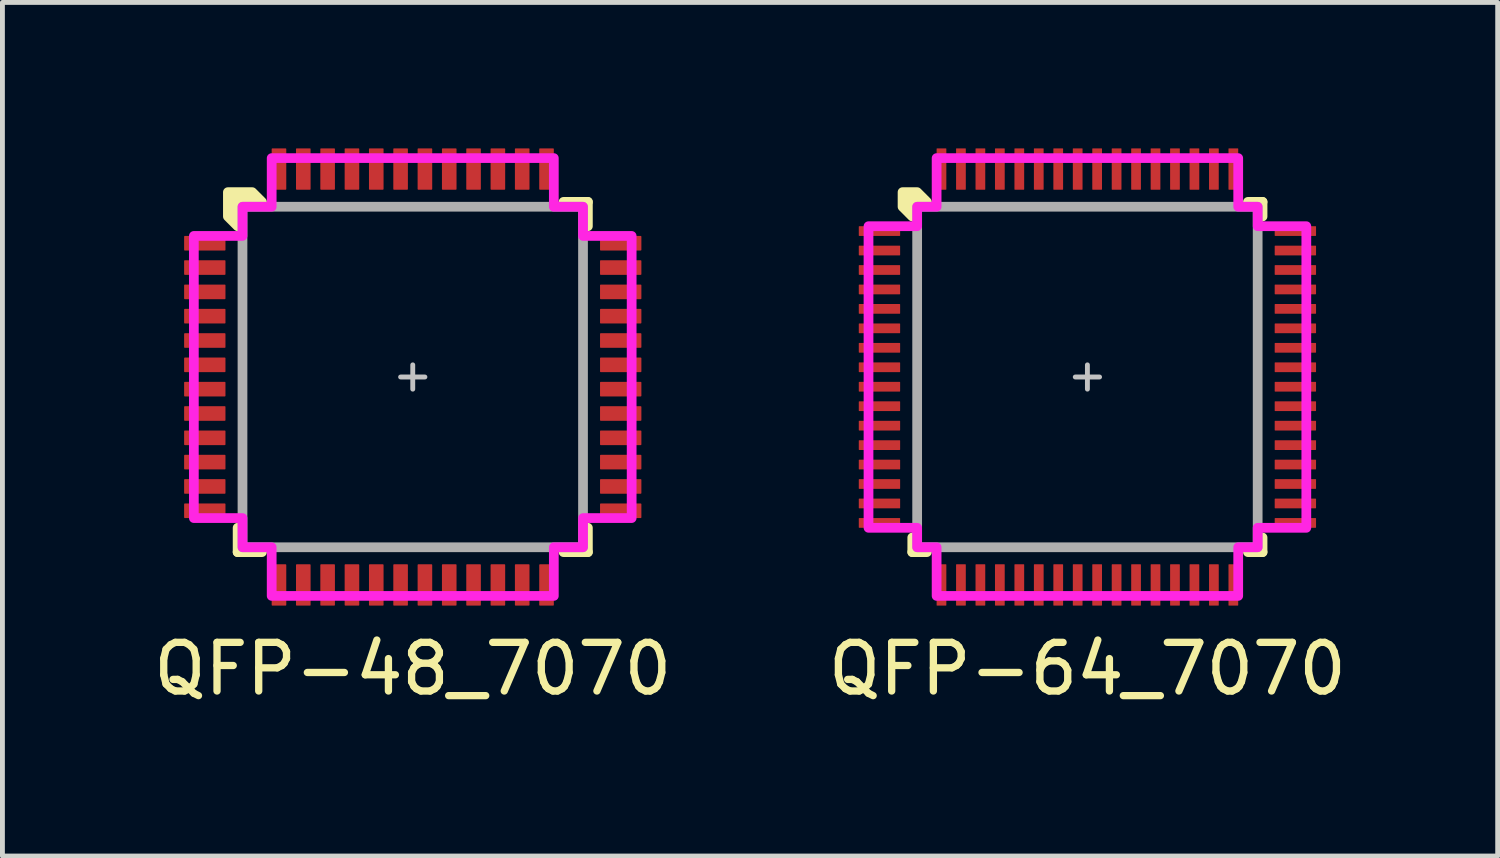
<source format=kicad_pcb>
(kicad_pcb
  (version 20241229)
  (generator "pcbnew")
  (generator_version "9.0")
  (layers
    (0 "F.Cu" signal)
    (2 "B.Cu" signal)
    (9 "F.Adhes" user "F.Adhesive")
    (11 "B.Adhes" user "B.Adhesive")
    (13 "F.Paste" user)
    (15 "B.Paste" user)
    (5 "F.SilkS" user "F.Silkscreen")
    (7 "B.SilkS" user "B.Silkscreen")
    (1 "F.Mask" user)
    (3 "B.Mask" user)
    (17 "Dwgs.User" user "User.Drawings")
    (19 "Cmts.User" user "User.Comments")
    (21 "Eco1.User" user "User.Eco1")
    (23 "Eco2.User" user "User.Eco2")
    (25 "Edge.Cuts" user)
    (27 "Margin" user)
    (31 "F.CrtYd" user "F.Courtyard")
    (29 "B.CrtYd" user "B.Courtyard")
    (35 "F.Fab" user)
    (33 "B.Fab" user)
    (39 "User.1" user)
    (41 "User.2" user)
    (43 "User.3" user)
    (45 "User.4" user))
  (footprint "QFP-64_7070"
    (layer "F.Cu")
    (at 19.304 4.7)
    (property "Reference" "QFP-64_7070" (at 0 6 0) (unlocked yes) (layer "F.SilkS") (effects (font (size 1 1) (thickness 0.15))))
    (attr smd)
    (fp_line (start -3.6 3.3) (end -3.6 3.6) (stroke (width 0.2) (type solid)) (layer "F.SilkS"))
    (fp_line (start -3.6 3.6) (end -3.3 3.6) (stroke (width 0.2) (type solid)) (layer "F.SilkS"))
    (fp_line (start 3.3 3.6) (end 3.6 3.6) (stroke (width 0.2) (type solid)) (layer "F.SilkS"))
    (fp_line (start 3.6 -3.6) (end 3.3 -3.6) (stroke (width 0.2) (type solid)) (layer "F.SilkS"))
    (fp_line (start 3.6 -3.3) (end 3.6 -3.6) (stroke (width 0.2) (type solid)) (layer "F.SilkS"))
    (fp_line (start 3.6 3.6) (end 3.6 3.3) (stroke (width 0.2) (type solid)) (layer "F.SilkS"))
    (fp_poly (pts (xy -3.3 -3.6) (xy -3.6 -3.6) (xy -3.6 -3.3) (xy -3.8 -3.5) (xy -3.8 -3.8) (xy -3.5 -3.8)) (stroke (width 0.2) (type solid)) (fill yes) (layer "F.SilkS"))
    (fp_line (start -0.25 0) (end 0.25 0) (stroke (width 0.1) (type solid)) (layer "Dwgs.User"))
    (fp_line (start 0 -0.25) (end 0 0.25) (stroke (width 0.1) (type solid)) (layer "Dwgs.User"))
    (fp_poly (pts (xy 3.1 -3.5) (xy 3.5 -3.5) (xy 3.5 -3.1) (xy 4.5 -3.1) (xy 4.5 3.1) (xy 3.5 3.1) (xy 3.5 3.5) (xy 3.1 3.5) (xy 3.1 4.5) (xy -3.1 4.5) (xy -3.1 3.5) (xy -3.5 3.5) (xy -3.5 3.1) (xy -4.5 3.1) (xy -4.5 -3.1) (xy -3.5 -3.1) (xy -3.5 -3.5) (xy -3.1 -3.5) (xy -3.1 -4.5) (xy 3.1 -4.5)) (stroke (width 0.2) (type solid)) (fill no) (layer "F.CrtYd"))
    (fp_rect (start -3.5 -3.5) (end 3.5 3.5) (stroke (width 0.2) (type solid)) (fill no) (layer "F.Fab"))
    (pad "1" smd roundrect (at -4.275 -3) (size 0.85 0.2) (layers "F.Cu" "F.Mask" "F.Paste") (roundrect_rratio 0.05))
    (pad "2" smd roundrect (at -4.275 -2.6) (size 0.85 0.2) (layers "F.Cu" "F.Mask" "F.Paste") (roundrect_rratio 0.05))
    (pad "3" smd roundrect (at -4.275 -2.2) (size 0.85 0.2) (layers "F.Cu" "F.Mask" "F.Paste") (roundrect_rratio 0.05))
    (pad "4" smd roundrect (at -4.275 -1.8) (size 0.85 0.2) (layers "F.Cu" "F.Mask" "F.Paste") (roundrect_rratio 0.05))
    (pad "5" smd roundrect (at -4.275 -1.4) (size 0.85 0.2) (layers "F.Cu" "F.Mask" "F.Paste") (roundrect_rratio 0.05))
    (pad "6" smd roundrect (at -4.275 -1) (size 0.85 0.2) (layers "F.Cu" "F.Mask" "F.Paste") (roundrect_rratio 0.05))
    (pad "7" smd roundrect (at -4.275 -0.6) (size 0.85 0.2) (layers "F.Cu" "F.Mask" "F.Paste") (roundrect_rratio 0.05))
    (pad "8" smd roundrect (at -4.275 -0.2) (size 0.85 0.2) (layers "F.Cu" "F.Mask" "F.Paste") (roundrect_rratio 0.05))
    (pad "9" smd roundrect (at -4.275 0.2) (size 0.85 0.2) (layers "F.Cu" "F.Mask" "F.Paste") (roundrect_rratio 0.05))
    (pad "10" smd roundrect (at -4.275 0.6) (size 0.85 0.2) (layers "F.Cu" "F.Mask" "F.Paste") (roundrect_rratio 0.05))
    (pad "11" smd roundrect (at -4.275 1) (size 0.85 0.2) (layers "F.Cu" "F.Mask" "F.Paste") (roundrect_rratio 0.05))
    (pad "12" smd roundrect (at -4.275 1.4) (size 0.85 0.2) (layers "F.Cu" "F.Mask" "F.Paste") (roundrect_rratio 0.05))
    (pad "13" smd roundrect (at -4.275 1.8) (size 0.85 0.2) (layers "F.Cu" "F.Mask" "F.Paste") (roundrect_rratio 0.05))
    (pad "14" smd roundrect (at -4.275 2.2) (size 0.85 0.2) (layers "F.Cu" "F.Mask" "F.Paste") (roundrect_rratio 0.05))
    (pad "15" smd roundrect (at -4.275 2.6) (size 0.85 0.2) (layers "F.Cu" "F.Mask" "F.Paste") (roundrect_rratio 0.05))
    (pad "16" smd roundrect (at -4.275 3) (size 0.85 0.2) (layers "F.Cu" "F.Mask" "F.Paste") (roundrect_rratio 0.05))
    (pad "17" smd roundrect (at -3 4.275 90) (size 0.85 0.2) (layers "F.Cu" "F.Mask" "F.Paste") (roundrect_rratio 0.05))
    (pad "18" smd roundrect (at -2.6 4.275 90) (size 0.85 0.2) (layers "F.Cu" "F.Mask" "F.Paste") (roundrect_rratio 0.05))
    (pad "19" smd roundrect (at -2.2 4.275 90) (size 0.85 0.2) (layers "F.Cu" "F.Mask" "F.Paste") (roundrect_rratio 0.05))
    (pad "20" smd roundrect (at -1.8 4.275 90) (size 0.85 0.2) (layers "F.Cu" "F.Mask" "F.Paste") (roundrect_rratio 0.05))
    (pad "21" smd roundrect (at -1.4 4.275 90) (size 0.85 0.2) (layers "F.Cu" "F.Mask" "F.Paste") (roundrect_rratio 0.05))
    (pad "22" smd roundrect (at -1 4.275 90) (size 0.85 0.2) (layers "F.Cu" "F.Mask" "F.Paste") (roundrect_rratio 0.05))
    (pad "23" smd roundrect (at -0.6 4.275 90) (size 0.85 0.2) (layers "F.Cu" "F.Mask" "F.Paste") (roundrect_rratio 0.05))
    (pad "24" smd roundrect (at -0.2 4.275 90) (size 0.85 0.2) (layers "F.Cu" "F.Mask" "F.Paste") (roundrect_rratio 0.05))
    (pad "25" smd roundrect (at 0.2 4.275 90) (size 0.85 0.2) (layers "F.Cu" "F.Mask" "F.Paste") (roundrect_rratio 0.05))
    (pad "26" smd roundrect (at 0.6 4.275 90) (size 0.85 0.2) (layers "F.Cu" "F.Mask" "F.Paste") (roundrect_rratio 0.05))
    (pad "27" smd roundrect (at 1 4.275 90) (size 0.85 0.2) (layers "F.Cu" "F.Mask" "F.Paste") (roundrect_rratio 0.05))
    (pad "28" smd roundrect (at 1.4 4.275 90) (size 0.85 0.2) (layers "F.Cu" "F.Mask" "F.Paste") (roundrect_rratio 0.05))
    (pad "29" smd roundrect (at 1.8 4.275 90) (size 0.85 0.2) (layers "F.Cu" "F.Mask" "F.Paste") (roundrect_rratio 0.05))
    (pad "30" smd roundrect (at 2.2 4.275 90) (size 0.85 0.2) (layers "F.Cu" "F.Mask" "F.Paste") (roundrect_rratio 0.05))
    (pad "31" smd roundrect (at 2.6 4.275 90) (size 0.85 0.2) (layers "F.Cu" "F.Mask" "F.Paste") (roundrect_rratio 0.05))
    (pad "32" smd roundrect (at 3 4.275 90) (size 0.85 0.2) (layers "F.Cu" "F.Mask" "F.Paste") (roundrect_rratio 0.05))
    (pad "33" smd roundrect (at 4.275 3) (size 0.85 0.2) (layers "F.Cu" "F.Mask" "F.Paste") (roundrect_rratio 0.05))
    (pad "34" smd roundrect (at 4.275 2.6) (size 0.85 0.2) (layers "F.Cu" "F.Mask" "F.Paste") (roundrect_rratio 0.05))
    (pad "35" smd roundrect (at 4.275 2.2) (size 0.85 0.2) (layers "F.Cu" "F.Mask" "F.Paste") (roundrect_rratio 0.05))
    (pad "36" smd roundrect (at 4.275 1.8) (size 0.85 0.2) (layers "F.Cu" "F.Mask" "F.Paste") (roundrect_rratio 0.05))
    (pad "37" smd roundrect (at 4.275 1.4) (size 0.85 0.2) (layers "F.Cu" "F.Mask" "F.Paste") (roundrect_rratio 0.05))
    (pad "38" smd roundrect (at 4.275 1) (size 0.85 0.2) (layers "F.Cu" "F.Mask" "F.Paste") (roundrect_rratio 0.05))
    (pad "39" smd roundrect (at 4.275 0.6) (size 0.85 0.2) (layers "F.Cu" "F.Mask" "F.Paste") (roundrect_rratio 0.05))
    (pad "40" smd roundrect (at 4.275 0.2) (size 0.85 0.2) (layers "F.Cu" "F.Mask" "F.Paste") (roundrect_rratio 0.05))
    (pad "41" smd roundrect (at 4.275 -0.2) (size 0.85 0.2) (layers "F.Cu" "F.Mask" "F.Paste") (roundrect_rratio 0.05))
    (pad "42" smd roundrect (at 4.275 -0.6) (size 0.85 0.2) (layers "F.Cu" "F.Mask" "F.Paste") (roundrect_rratio 0.05))
    (pad "43" smd roundrect (at 4.275 -1) (size 0.85 0.2) (layers "F.Cu" "F.Mask" "F.Paste") (roundrect_rratio 0.05))
    (pad "44" smd roundrect (at 4.275 -1.4) (size 0.85 0.2) (layers "F.Cu" "F.Mask" "F.Paste") (roundrect_rratio 0.05))
    (pad "45" smd roundrect (at 4.275 -1.8) (size 0.85 0.2) (layers "F.Cu" "F.Mask" "F.Paste") (roundrect_rratio 0.05))
    (pad "46" smd roundrect (at 4.275 -2.2) (size 0.85 0.2) (layers "F.Cu" "F.Mask" "F.Paste") (roundrect_rratio 0.05))
    (pad "47" smd roundrect (at 4.275 -2.6) (size 0.85 0.2) (layers "F.Cu" "F.Mask" "F.Paste") (roundrect_rratio 0.05))
    (pad "48" smd roundrect (at 4.275 -3 180) (size 0.85 0.2) (layers "F.Cu" "F.Mask" "F.Paste") (roundrect_rratio 0.05))
    (pad "49" smd roundrect (at 3 -4.275 270) (size 0.85 0.2) (layers "F.Cu" "F.Mask" "F.Paste") (roundrect_rratio 0.05))
    (pad "50" smd roundrect (at 2.6 -4.275 270) (size 0.85 0.2) (layers "F.Cu" "F.Mask" "F.Paste") (roundrect_rratio 0.05))
    (pad "51" smd roundrect (at 2.2 -4.275 270) (size 0.85 0.2) (layers "F.Cu" "F.Mask" "F.Paste") (roundrect_rratio 0.05))
    (pad "52" smd roundrect (at 1.8 -4.275 270) (size 0.85 0.2) (layers "F.Cu" "F.Mask" "F.Paste") (roundrect_rratio 0.05))
    (pad "53" smd roundrect (at 1.4 -4.275 270) (size 0.85 0.2) (layers "F.Cu" "F.Mask" "F.Paste") (roundrect_rratio 0.05))
    (pad "54" smd roundrect (at 1 -4.275 270) (size 0.85 0.2) (layers "F.Cu" "F.Mask" "F.Paste") (roundrect_rratio 0.05))
    (pad "55" smd roundrect (at 0.6 -4.275 270) (size 0.85 0.2) (layers "F.Cu" "F.Mask" "F.Paste") (roundrect_rratio 0.05))
    (pad "56" smd roundrect (at 0.2 -4.275 270) (size 0.85 0.2) (layers "F.Cu" "F.Mask" "F.Paste") (roundrect_rratio 0.05))
    (pad "57" smd roundrect (at -0.2 -4.275 270) (size 0.85 0.2) (layers "F.Cu" "F.Mask" "F.Paste") (roundrect_rratio 0.05))
    (pad "58" smd roundrect (at -0.6 -4.275 270) (size 0.85 0.2) (layers "F.Cu" "F.Mask" "F.Paste") (roundrect_rratio 0.05))
    (pad "59" smd roundrect (at -1 -4.275 270) (size 0.85 0.2) (layers "F.Cu" "F.Mask" "F.Paste") (roundrect_rratio 0.05))
    (pad "60" smd roundrect (at -1.4 -4.275 270) (size 0.85 0.2) (layers "F.Cu" "F.Mask" "F.Paste") (roundrect_rratio 0.05))
    (pad "61" smd roundrect (at -1.8 -4.275 270) (size 0.85 0.2) (layers "F.Cu" "F.Mask" "F.Paste") (roundrect_rratio 0.05))
    (pad "62" smd roundrect (at -2.2 -4.275 270) (size 0.85 0.2) (layers "F.Cu" "F.Mask" "F.Paste") (roundrect_rratio 0.05))
    (pad "63" smd roundrect (at -2.6 -4.275 270) (size 0.85 0.2) (layers "F.Cu" "F.Mask" "F.Paste") (roundrect_rratio 0.05))
    (pad "64" smd roundrect (at -3 -4.275 270) (size 0.85 0.2) (layers "F.Cu" "F.Mask" "F.Paste") (roundrect_rratio 0.05)))
  (footprint "QFP-48_7070"
    (layer "F.Cu")
    (at 5.435 4.7)
    (property "Reference" "QFP-48_7070" (at 0 6 0) (unlocked yes) (layer "F.SilkS") (effects (font (size 1 1) (thickness 0.15))))
    (attr smd)
    (fp_line (start -3.6 3.1) (end -3.6 3.6) (stroke (width 0.2) (type solid)) (layer "F.SilkS"))
    (fp_line (start -3.6 3.6) (end -3.1 3.6) (stroke (width 0.2) (type solid)) (layer "F.SilkS"))
    (fp_line (start 3.1 3.6) (end 3.6 3.6) (stroke (width 0.2) (type solid)) (layer "F.SilkS"))
    (fp_line (start 3.6 -3.6) (end 3.1 -3.6) (stroke (width 0.2) (type solid)) (layer "F.SilkS"))
    (fp_line (start 3.6 -3.1) (end 3.6 -3.6) (stroke (width 0.2) (type solid)) (layer "F.SilkS"))
    (fp_line (start 3.6 3.6) (end 3.6 3.1) (stroke (width 0.2) (type solid)) (layer "F.SilkS"))
    (fp_poly (pts (xy -3.1 -3.6) (xy -3.6 -3.6) (xy -3.6 -3.1) (xy -3.8 -3.3) (xy -3.8 -3.8) (xy -3.3 -3.8)) (stroke (width 0.2) (type solid)) (fill yes) (layer "F.SilkS"))
    (fp_line (start -0.25 0) (end 0.25 0) (stroke (width 0.1) (type solid)) (layer "Dwgs.User"))
    (fp_line (start 0 -0.25) (end 0 0.25) (stroke (width 0.1) (type solid)) (layer "Dwgs.User"))
    (fp_poly (pts (xy 2.9 -3.5) (xy 3.5 -3.5) (xy 3.5 -2.9) (xy 4.5 -2.9) (xy 4.5 2.9) (xy 3.5 2.9) (xy 3.5 3.5) (xy 2.9 3.5) (xy 2.9 4.5) (xy -2.9 4.5) (xy -2.9 3.5) (xy -3.5 3.5) (xy -3.5 2.9) (xy -4.5 2.9) (xy -4.5 -2.9) (xy -3.5 -2.9) (xy -3.5 -3.5) (xy -2.9 -3.5) (xy -2.9 -4.5) (xy 2.9 -4.5)) (stroke (width 0.2) (type solid)) (fill no) (layer "F.CrtYd"))
    (fp_rect (start -3.5 -3.5) (end 3.5 3.5) (stroke (width 0.2) (type solid)) (fill no) (layer "F.Fab"))
    (pad "1" smd roundrect (at -4.275 -2.75) (size 0.85 0.3) (layers "F.Cu" "F.Mask" "F.Paste") (roundrect_rratio 0.05))
    (pad "2" smd roundrect (at -4.275 -2.25) (size 0.85 0.3) (layers "F.Cu" "F.Mask" "F.Paste") (roundrect_rratio 0.05))
    (pad "3" smd roundrect (at -4.275 -1.75) (size 0.85 0.3) (layers "F.Cu" "F.Mask" "F.Paste") (roundrect_rratio 0.05))
    (pad "4" smd roundrect (at -4.275 -1.25) (size 0.85 0.3) (layers "F.Cu" "F.Mask" "F.Paste") (roundrect_rratio 0.05))
    (pad "5" smd roundrect (at -4.275 -0.75) (size 0.85 0.3) (layers "F.Cu" "F.Mask" "F.Paste") (roundrect_rratio 0.05))
    (pad "6" smd roundrect (at -4.275 -0.25) (size 0.85 0.3) (layers "F.Cu" "F.Mask" "F.Paste") (roundrect_rratio 0.05))
    (pad "7" smd roundrect (at -4.275 0.25) (size 0.85 0.3) (layers "F.Cu" "F.Mask" "F.Paste") (roundrect_rratio 0.05))
    (pad "8" smd roundrect (at -4.275 0.75) (size 0.85 0.3) (layers "F.Cu" "F.Mask" "F.Paste") (roundrect_rratio 0.05))
    (pad "9" smd roundrect (at -4.275 1.25) (size 0.85 0.3) (layers "F.Cu" "F.Mask" "F.Paste") (roundrect_rratio 0.05))
    (pad "10" smd roundrect (at -4.275 1.75) (size 0.85 0.3) (layers "F.Cu" "F.Mask" "F.Paste") (roundrect_rratio 0.05))
    (pad "11" smd roundrect (at -4.275 2.25) (size 0.85 0.3) (layers "F.Cu" "F.Mask" "F.Paste") (roundrect_rratio 0.05))
    (pad "12" smd roundrect (at -4.275 2.75) (size 0.85 0.3) (layers "F.Cu" "F.Mask" "F.Paste") (roundrect_rratio 0.05))
    (pad "13" smd roundrect (at -2.75 4.275 90) (size 0.85 0.3) (layers "F.Cu" "F.Mask" "F.Paste") (roundrect_rratio 0.05))
    (pad "14" smd roundrect (at -2.25 4.275 90) (size 0.85 0.3) (layers "F.Cu" "F.Mask" "F.Paste") (roundrect_rratio 0.05))
    (pad "15" smd roundrect (at -1.75 4.275 90) (size 0.85 0.3) (layers "F.Cu" "F.Mask" "F.Paste") (roundrect_rratio 0.05))
    (pad "16" smd roundrect (at -1.25 4.275 90) (size 0.85 0.3) (layers "F.Cu" "F.Mask" "F.Paste") (roundrect_rratio 0.05))
    (pad "17" smd roundrect (at -0.75 4.275 90) (size 0.85 0.3) (layers "F.Cu" "F.Mask" "F.Paste") (roundrect_rratio 0.05))
    (pad "18" smd roundrect (at -0.25 4.275 90) (size 0.85 0.3) (layers "F.Cu" "F.Mask" "F.Paste") (roundrect_rratio 0.05))
    (pad "19" smd roundrect (at 0.25 4.275 90) (size 0.85 0.3) (layers "F.Cu" "F.Mask" "F.Paste") (roundrect_rratio 0.05))
    (pad "20" smd roundrect (at 0.75 4.275 90) (size 0.85 0.3) (layers "F.Cu" "F.Mask" "F.Paste") (roundrect_rratio 0.05))
    (pad "21" smd roundrect (at 1.25 4.275 90) (size 0.85 0.3) (layers "F.Cu" "F.Mask" "F.Paste") (roundrect_rratio 0.05))
    (pad "22" smd roundrect (at 1.75 4.275 90) (size 0.85 0.3) (layers "F.Cu" "F.Mask" "F.Paste") (roundrect_rratio 0.05))
    (pad "23" smd roundrect (at 2.25 4.275 90) (size 0.85 0.3) (layers "F.Cu" "F.Mask" "F.Paste") (roundrect_rratio 0.05))
    (pad "24" smd roundrect (at 2.75 4.275 90) (size 0.85 0.3) (layers "F.Cu" "F.Mask" "F.Paste") (roundrect_rratio 0.05))
    (pad "25" smd roundrect (at 4.275 2.75) (size 0.85 0.3) (layers "F.Cu" "F.Mask" "F.Paste") (roundrect_rratio 0.05))
    (pad "26" smd roundrect (at 4.275 2.25) (size 0.85 0.3) (layers "F.Cu" "F.Mask" "F.Paste") (roundrect_rratio 0.05))
    (pad "27" smd roundrect (at 4.275 1.75) (size 0.85 0.3) (layers "F.Cu" "F.Mask" "F.Paste") (roundrect_rratio 0.05))
    (pad "28" smd roundrect (at 4.275 1.25) (size 0.85 0.3) (layers "F.Cu" "F.Mask" "F.Paste") (roundrect_rratio 0.05))
    (pad "29" smd roundrect (at 4.275 0.75) (size 0.85 0.3) (layers "F.Cu" "F.Mask" "F.Paste") (roundrect_rratio 0.05))
    (pad "30" smd roundrect (at 4.275 0.25) (size 0.85 0.3) (layers "F.Cu" "F.Mask" "F.Paste") (roundrect_rratio 0.05))
    (pad "31" smd roundrect (at 4.275 -0.25) (size 0.85 0.3) (layers "F.Cu" "F.Mask" "F.Paste") (roundrect_rratio 0.05))
    (pad "32" smd roundrect (at 4.275 -0.75) (size 0.85 0.3) (layers "F.Cu" "F.Mask" "F.Paste") (roundrect_rratio 0.05))
    (pad "33" smd roundrect (at 4.275 -1.25) (size 0.85 0.3) (layers "F.Cu" "F.Mask" "F.Paste") (roundrect_rratio 0.05))
    (pad "34" smd roundrect (at 4.275 -1.75) (size 0.85 0.3) (layers "F.Cu" "F.Mask" "F.Paste") (roundrect_rratio 0.05))
    (pad "35" smd roundrect (at 4.275 -2.25) (size 0.85 0.3) (layers "F.Cu" "F.Mask" "F.Paste") (roundrect_rratio 0.05))
    (pad "36" smd roundrect (at 4.275 -2.75) (size 0.85 0.3) (layers "F.Cu" "F.Mask" "F.Paste") (roundrect_rratio 0.05))
    (pad "37" smd roundrect (at 2.75 -4.275 90) (size 0.85 0.3) (layers "F.Cu" "F.Mask" "F.Paste") (roundrect_rratio 0.05))
    (pad "38" smd roundrect (at 2.25 -4.275 90) (size 0.85 0.3) (layers "F.Cu" "F.Mask" "F.Paste") (roundrect_rratio 0.05))
    (pad "39" smd roundrect (at 1.75 -4.275 90) (size 0.85 0.3) (layers "F.Cu" "F.Mask" "F.Paste") (roundrect_rratio 0.05))
    (pad "40" smd roundrect (at 1.25 -4.275 90) (size 0.85 0.3) (layers "F.Cu" "F.Mask" "F.Paste") (roundrect_rratio 0.05))
    (pad "41" smd roundrect (at 0.75 -4.275 90) (size 0.85 0.3) (layers "F.Cu" "F.Mask" "F.Paste") (roundrect_rratio 0.05))
    (pad "42" smd roundrect (at 0.25 -4.275 90) (size 0.85 0.3) (layers "F.Cu" "F.Mask" "F.Paste") (roundrect_rratio 0.05))
    (pad "43" smd roundrect (at -0.25 -4.275 90) (size 0.85 0.3) (layers "F.Cu" "F.Mask" "F.Paste") (roundrect_rratio 0.05))
    (pad "44" smd roundrect (at -0.75 -4.275 90) (size 0.85 0.3) (layers "F.Cu" "F.Mask" "F.Paste") (roundrect_rratio 0.05))
    (pad "45" smd roundrect (at -1.25 -4.275 90) (size 0.85 0.3) (layers "F.Cu" "F.Mask" "F.Paste") (roundrect_rratio 0.05))
    (pad "46" smd roundrect (at -1.75 -4.275 90) (size 0.85 0.3) (layers "F.Cu" "F.Mask" "F.Paste") (roundrect_rratio 0.05))
    (pad "47" smd roundrect (at -2.25 -4.275 90) (size 0.85 0.3) (layers "F.Cu" "F.Mask" "F.Paste") (roundrect_rratio 0.05))
    (pad "48" smd roundrect (at -2.75 -4.275 90) (size 0.85 0.3) (layers "F.Cu" "F.Mask" "F.Paste") (roundrect_rratio 0.05)))
  (gr_rect
    (start -3 -3)
    (end 27.738 14.548)
    (stroke (width 0.1) (type default))
    (fill no)
    (layer "Edge.Cuts")))
</source>
